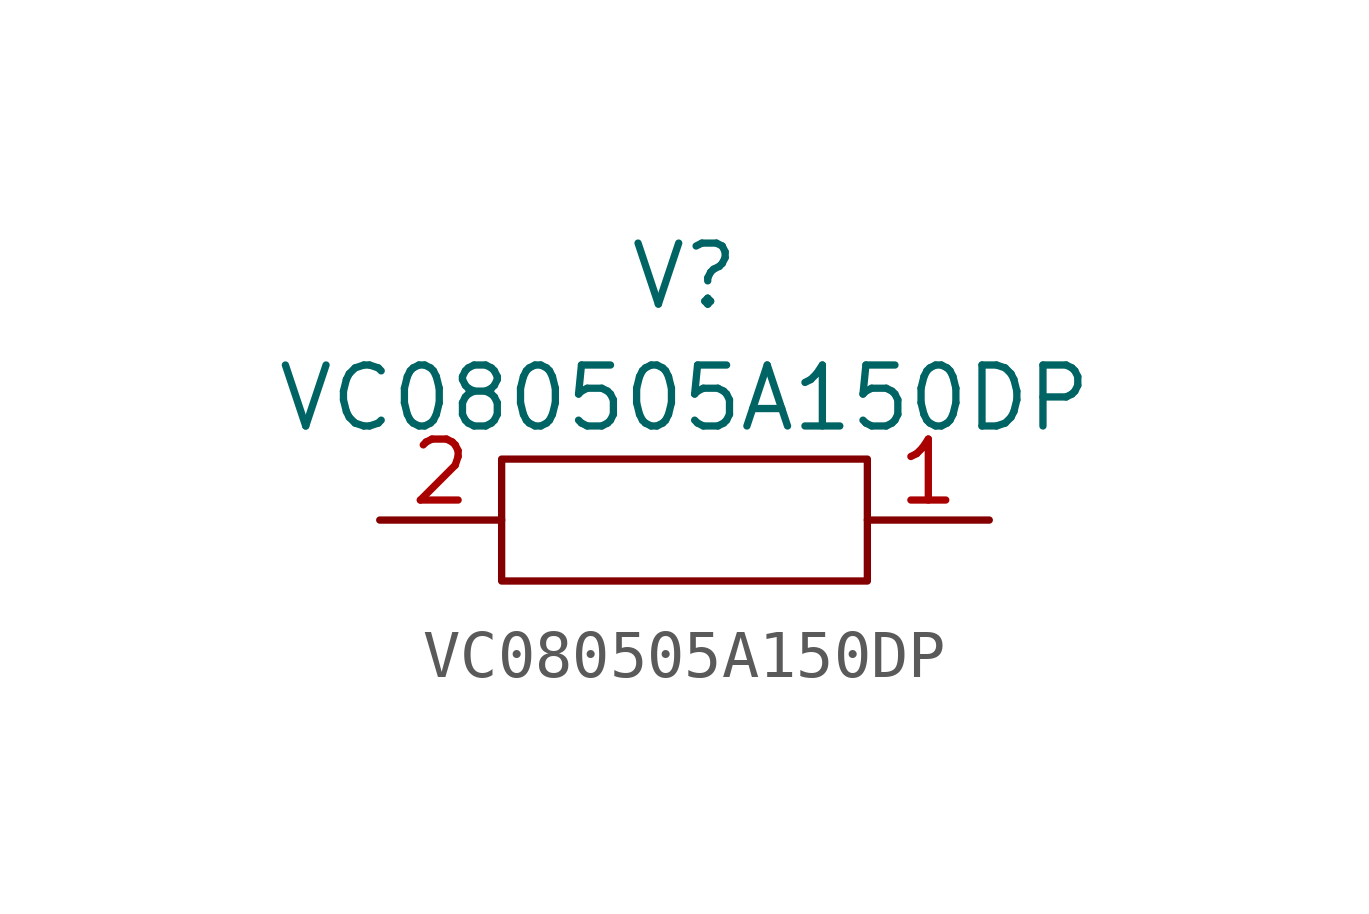
<source format=kicad_sym>
(kicad_symbol_lib
  (version 20211014)
  (generator kicad_symbol_editor)
  (symbol "VC080505A150DP"
    (property "Reference" "V"
      (at 0 2.54 0)
      (effects (font (size 1.27 1.27))))
    (property "Value" "VC080505A150DP"
      (at 0 0 0)
      (effects (font (size 1.27 1.27))))
    (symbol "VC080505A150DP_0_1"
      (rectangle (start 3.81 -1.27) (end -3.81 -3.81) (stroke (width 0) (type default) (color 0 0 0 0)) (fill (type none))))
    (symbol "VC080505A150DP_1_1"
      (pin bidirectional line (at 6.35 -2.54 180) (length 2.54) (name "" (effects (font (size 1.27 1.27)))) (number "1" (effects (font (size 1.27 1.27)))))
      (pin bidirectional line (at -6.35 -2.54 0) (length 2.54) (name "" (effects (font (size 1.27 1.27)))) (number "2" (effects (font (size 1.27 1.27))))))))
</source>
